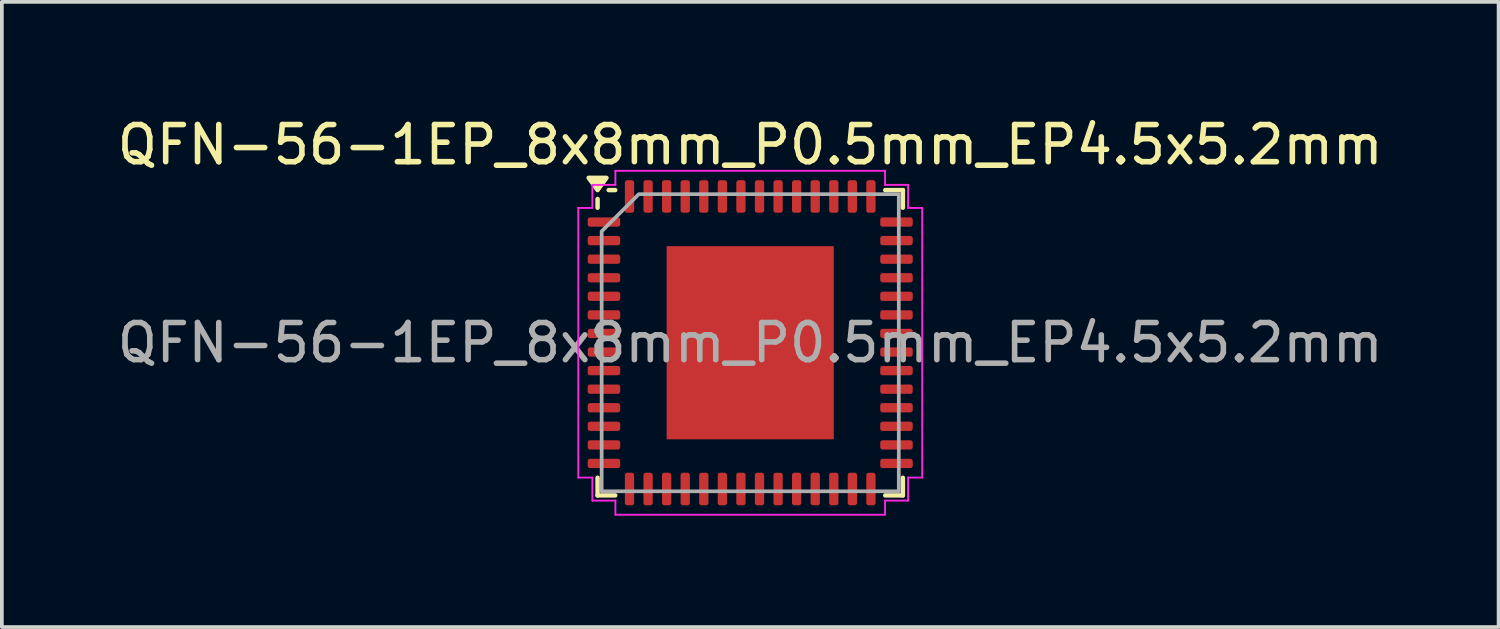
<source format=kicad_pcb>
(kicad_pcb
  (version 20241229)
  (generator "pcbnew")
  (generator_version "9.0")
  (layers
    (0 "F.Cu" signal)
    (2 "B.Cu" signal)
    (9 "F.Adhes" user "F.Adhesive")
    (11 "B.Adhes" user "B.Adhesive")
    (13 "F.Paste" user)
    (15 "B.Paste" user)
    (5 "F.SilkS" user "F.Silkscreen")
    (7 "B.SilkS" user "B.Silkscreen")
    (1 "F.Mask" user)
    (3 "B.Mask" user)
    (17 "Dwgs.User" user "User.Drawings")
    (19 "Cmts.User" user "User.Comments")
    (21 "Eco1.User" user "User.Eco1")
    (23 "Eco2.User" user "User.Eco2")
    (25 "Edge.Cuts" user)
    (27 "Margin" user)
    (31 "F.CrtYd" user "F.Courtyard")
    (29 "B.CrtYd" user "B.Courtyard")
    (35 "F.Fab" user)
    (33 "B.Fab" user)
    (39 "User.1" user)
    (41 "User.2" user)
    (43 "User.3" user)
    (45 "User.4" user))
  (footprint "QFN-56-1EP_8x8mm_P0.5mm_EP4.5x5.2mm"
    (layer "F.Cu")
    (at 17.149 6.178)
    (property "Reference" "QFN-56-1EP_8x8mm_P0.5mm_EP4.5x5.2mm" (at 0 -5.33 0) (layer "F.SilkS") (effects (font (size 1 1) (thickness 0.15))))
    (attr smd)
    (fp_line (start -4.11 -3.635) (end -4.11 -3.87) (stroke (width 0.12) (type solid)) (layer "F.SilkS"))
    (fp_line (start -4.11 4.11) (end -4.11 3.635) (stroke (width 0.12) (type solid)) (layer "F.SilkS"))
    (fp_line (start -3.635 -4.11) (end -3.81 -4.11) (stroke (width 0.12) (type solid)) (layer "F.SilkS"))
    (fp_line (start -3.635 4.11) (end -4.11 4.11) (stroke (width 0.12) (type solid)) (layer "F.SilkS"))
    (fp_line (start 3.635 -4.11) (end 4.11 -4.11) (stroke (width 0.12) (type solid)) (layer "F.SilkS"))
    (fp_line (start 3.635 4.11) (end 4.11 4.11) (stroke (width 0.12) (type solid)) (layer "F.SilkS"))
    (fp_line (start 4.11 -4.11) (end 4.11 -3.635) (stroke (width 0.12) (type solid)) (layer "F.SilkS"))
    (fp_line (start 4.11 4.11) (end 4.11 3.635) (stroke (width 0.12) (type solid)) (layer "F.SilkS"))
    (fp_poly (pts (xy -4.11 -4.11) (xy -4.35 -4.44) (xy -3.87 -4.44)) (stroke (width 0.12) (type solid)) (fill yes) (layer "F.SilkS"))
    (fp_line (start -4.63 -3.63) (end -4.25 -3.63) (stroke (width 0.05) (type solid)) (layer "F.CrtYd"))
    (fp_line (start -4.63 3.63) (end -4.63 -3.63) (stroke (width 0.05) (type solid)) (layer "F.CrtYd"))
    (fp_line (start -4.25 -4.25) (end -3.63 -4.25) (stroke (width 0.05) (type solid)) (layer "F.CrtYd"))
    (fp_line (start -4.25 -3.63) (end -4.25 -4.25) (stroke (width 0.05) (type solid)) (layer "F.CrtYd"))
    (fp_line (start -4.25 3.63) (end -4.63 3.63) (stroke (width 0.05) (type solid)) (layer "F.CrtYd"))
    (fp_line (start -4.25 4.25) (end -4.25 3.63) (stroke (width 0.05) (type solid)) (layer "F.CrtYd"))
    (fp_line (start -3.63 -4.63) (end 3.63 -4.63) (stroke (width 0.05) (type solid)) (layer "F.CrtYd"))
    (fp_line (start -3.63 -4.25) (end -3.63 -4.63) (stroke (width 0.05) (type solid)) (layer "F.CrtYd"))
    (fp_line (start -3.63 4.25) (end -4.25 4.25) (stroke (width 0.05) (type solid)) (layer "F.CrtYd"))
    (fp_line (start -3.63 4.63) (end -3.63 4.25) (stroke (width 0.05) (type solid)) (layer "F.CrtYd"))
    (fp_line (start 3.63 -4.63) (end 3.63 -4.25) (stroke (width 0.05) (type solid)) (layer "F.CrtYd"))
    (fp_line (start 3.63 -4.25) (end 4.25 -4.25) (stroke (width 0.05) (type solid)) (layer "F.CrtYd"))
    (fp_line (start 3.63 4.25) (end 3.63 4.63) (stroke (width 0.05) (type solid)) (layer "F.CrtYd"))
    (fp_line (start 3.63 4.63) (end -3.63 4.63) (stroke (width 0.05) (type solid)) (layer "F.CrtYd"))
    (fp_line (start 4.25 -4.25) (end 4.25 -3.63) (stroke (width 0.05) (type solid)) (layer "F.CrtYd"))
    (fp_line (start 4.25 -3.63) (end 4.63 -3.63) (stroke (width 0.05) (type solid)) (layer "F.CrtYd"))
    (fp_line (start 4.25 3.63) (end 4.25 4.25) (stroke (width 0.05) (type solid)) (layer "F.CrtYd"))
    (fp_line (start 4.25 4.25) (end 3.63 4.25) (stroke (width 0.05) (type solid)) (layer "F.CrtYd"))
    (fp_line (start 4.63 -3.63) (end 4.63 3.63) (stroke (width 0.05) (type solid)) (layer "F.CrtYd"))
    (fp_line (start 4.63 3.63) (end 4.25 3.63) (stroke (width 0.05) (type solid)) (layer "F.CrtYd"))
    (fp_poly (pts (xy -4 -3) (xy -4 4) (xy 4 4) (xy 4 -4) (xy -3 -4)) (stroke (width 0.1) (type solid)) (fill no) (layer "F.Fab"))
    (fp_text user "${REFERENCE}" (at 0 0 0) (layer "F.Fab") (effects (font (size 1 1) (thickness 0.15))))
    (pad "" smd roundrect (at -1.68 -1.95) (size 0.91 1.05) (layers "F.Paste") (roundrect_rratio 0.25))
    (pad "" smd roundrect (at -1.68 -0.65) (size 0.91 1.05) (layers "F.Paste") (roundrect_rratio 0.25))
    (pad "" smd roundrect (at -1.68 0.65) (size 0.91 1.05) (layers "F.Paste") (roundrect_rratio 0.25))
    (pad "" smd roundrect (at -1.68 1.95) (size 0.91 1.05) (layers "F.Paste") (roundrect_rratio 0.25))
    (pad "" smd roundrect (at -0.56 -1.95) (size 0.91 1.05) (layers "F.Paste") (roundrect_rratio 0.25))
    (pad "" smd roundrect (at -0.56 -0.65) (size 0.91 1.05) (layers "F.Paste") (roundrect_rratio 0.25))
    (pad "" smd roundrect (at -0.56 0.65) (size 0.91 1.05) (layers "F.Paste") (roundrect_rratio 0.25))
    (pad "" smd roundrect (at -0.56 1.95) (size 0.91 1.05) (layers "F.Paste") (roundrect_rratio 0.25))
    (pad "" smd roundrect (at 0.56 -1.95) (size 0.91 1.05) (layers "F.Paste") (roundrect_rratio 0.25))
    (pad "" smd roundrect (at 0.56 -0.65) (size 0.91 1.05) (layers "F.Paste") (roundrect_rratio 0.25))
    (pad "" smd roundrect (at 0.56 0.65) (size 0.91 1.05) (layers "F.Paste") (roundrect_rratio 0.25))
    (pad "" smd roundrect (at 0.56 1.95) (size 0.91 1.05) (layers "F.Paste") (roundrect_rratio 0.25))
    (pad "" smd roundrect (at 1.68 -1.95) (size 0.91 1.05) (layers "F.Paste") (roundrect_rratio 0.25))
    (pad "" smd roundrect (at 1.68 -0.65) (size 0.91 1.05) (layers "F.Paste") (roundrect_rratio 0.25))
    (pad "" smd roundrect (at 1.68 0.65) (size 0.91 1.05) (layers "F.Paste") (roundrect_rratio 0.25))
    (pad "" smd roundrect (at 1.68 1.95) (size 0.91 1.05) (layers "F.Paste") (roundrect_rratio 0.25))
    (pad "1" smd roundrect (at -3.938 -3.25) (size 0.875 0.25) (layers "F.Cu" "F.Mask" "F.Paste") (roundrect_rratio 0.25))
    (pad "2" smd roundrect (at -3.938 -2.75) (size 0.875 0.25) (layers "F.Cu" "F.Mask" "F.Paste") (roundrect_rratio 0.25))
    (pad "3" smd roundrect (at -3.938 -2.25) (size 0.875 0.25) (layers "F.Cu" "F.Mask" "F.Paste") (roundrect_rratio 0.25))
    (pad "4" smd roundrect (at -3.938 -1.75) (size 0.875 0.25) (layers "F.Cu" "F.Mask" "F.Paste") (roundrect_rratio 0.25))
    (pad "5" smd roundrect (at -3.938 -1.25) (size 0.875 0.25) (layers "F.Cu" "F.Mask" "F.Paste") (roundrect_rratio 0.25))
    (pad "6" smd roundrect (at -3.938 -0.75) (size 0.875 0.25) (layers "F.Cu" "F.Mask" "F.Paste") (roundrect_rratio 0.25))
    (pad "7" smd roundrect (at -3.938 -0.25) (size 0.875 0.25) (layers "F.Cu" "F.Mask" "F.Paste") (roundrect_rratio 0.25))
    (pad "8" smd roundrect (at -3.938 0.25) (size 0.875 0.25) (layers "F.Cu" "F.Mask" "F.Paste") (roundrect_rratio 0.25))
    (pad "9" smd roundrect (at -3.938 0.75) (size 0.875 0.25) (layers "F.Cu" "F.Mask" "F.Paste") (roundrect_rratio 0.25))
    (pad "10" smd roundrect (at -3.938 1.25) (size 0.875 0.25) (layers "F.Cu" "F.Mask" "F.Paste") (roundrect_rratio 0.25))
    (pad "11" smd roundrect (at -3.938 1.75) (size 0.875 0.25) (layers "F.Cu" "F.Mask" "F.Paste") (roundrect_rratio 0.25))
    (pad "12" smd roundrect (at -3.938 2.25) (size 0.875 0.25) (layers "F.Cu" "F.Mask" "F.Paste") (roundrect_rratio 0.25))
    (pad "13" smd roundrect (at -3.938 2.75) (size 0.875 0.25) (layers "F.Cu" "F.Mask" "F.Paste") (roundrect_rratio 0.25))
    (pad "14" smd roundrect (at -3.938 3.25) (size 0.875 0.25) (layers "F.Cu" "F.Mask" "F.Paste") (roundrect_rratio 0.25))
    (pad "15" smd roundrect (at -3.25 3.938) (size 0.25 0.875) (layers "F.Cu" "F.Mask" "F.Paste") (roundrect_rratio 0.25))
    (pad "16" smd roundrect (at -2.75 3.938) (size 0.25 0.875) (layers "F.Cu" "F.Mask" "F.Paste") (roundrect_rratio 0.25))
    (pad "17" smd roundrect (at -2.25 3.938) (size 0.25 0.875) (layers "F.Cu" "F.Mask" "F.Paste") (roundrect_rratio 0.25))
    (pad "18" smd roundrect (at -1.75 3.938) (size 0.25 0.875) (layers "F.Cu" "F.Mask" "F.Paste") (roundrect_rratio 0.25))
    (pad "19" smd roundrect (at -1.25 3.938) (size 0.25 0.875) (layers "F.Cu" "F.Mask" "F.Paste") (roundrect_rratio 0.25))
    (pad "20" smd roundrect (at -0.75 3.938) (size 0.25 0.875) (layers "F.Cu" "F.Mask" "F.Paste") (roundrect_rratio 0.25))
    (pad "21" smd roundrect (at -0.25 3.938) (size 0.25 0.875) (layers "F.Cu" "F.Mask" "F.Paste") (roundrect_rratio 0.25))
    (pad "22" smd roundrect (at 0.25 3.938) (size 0.25 0.875) (layers "F.Cu" "F.Mask" "F.Paste") (roundrect_rratio 0.25))
    (pad "23" smd roundrect (at 0.75 3.938) (size 0.25 0.875) (layers "F.Cu" "F.Mask" "F.Paste") (roundrect_rratio 0.25))
    (pad "24" smd roundrect (at 1.25 3.938) (size 0.25 0.875) (layers "F.Cu" "F.Mask" "F.Paste") (roundrect_rratio 0.25))
    (pad "25" smd roundrect (at 1.75 3.938) (size 0.25 0.875) (layers "F.Cu" "F.Mask" "F.Paste") (roundrect_rratio 0.25))
    (pad "26" smd roundrect (at 2.25 3.938) (size 0.25 0.875) (layers "F.Cu" "F.Mask" "F.Paste") (roundrect_rratio 0.25))
    (pad "27" smd roundrect (at 2.75 3.938) (size 0.25 0.875) (layers "F.Cu" "F.Mask" "F.Paste") (roundrect_rratio 0.25))
    (pad "28" smd roundrect (at 3.25 3.938) (size 0.25 0.875) (layers "F.Cu" "F.Mask" "F.Paste") (roundrect_rratio 0.25))
    (pad "29" smd roundrect (at 3.938 3.25) (size 0.875 0.25) (layers "F.Cu" "F.Mask" "F.Paste") (roundrect_rratio 0.25))
    (pad "30" smd roundrect (at 3.938 2.75) (size 0.875 0.25) (layers "F.Cu" "F.Mask" "F.Paste") (roundrect_rratio 0.25))
    (pad "31" smd roundrect (at 3.938 2.25) (size 0.875 0.25) (layers "F.Cu" "F.Mask" "F.Paste") (roundrect_rratio 0.25))
    (pad "32" smd roundrect (at 3.938 1.75) (size 0.875 0.25) (layers "F.Cu" "F.Mask" "F.Paste") (roundrect_rratio 0.25))
    (pad "33" smd roundrect (at 3.938 1.25) (size 0.875 0.25) (layers "F.Cu" "F.Mask" "F.Paste") (roundrect_rratio 0.25))
    (pad "34" smd roundrect (at 3.938 0.75) (size 0.875 0.25) (layers "F.Cu" "F.Mask" "F.Paste") (roundrect_rratio 0.25))
    (pad "35" smd roundrect (at 3.938 0.25) (size 0.875 0.25) (layers "F.Cu" "F.Mask" "F.Paste") (roundrect_rratio 0.25))
    (pad "36" smd roundrect (at 3.938 -0.25) (size 0.875 0.25) (layers "F.Cu" "F.Mask" "F.Paste") (roundrect_rratio 0.25))
    (pad "37" smd roundrect (at 3.938 -0.75) (size 0.875 0.25) (layers "F.Cu" "F.Mask" "F.Paste") (roundrect_rratio 0.25))
    (pad "38" smd roundrect (at 3.938 -1.25) (size 0.875 0.25) (layers "F.Cu" "F.Mask" "F.Paste") (roundrect_rratio 0.25))
    (pad "39" smd roundrect (at 3.938 -1.75) (size 0.875 0.25) (layers "F.Cu" "F.Mask" "F.Paste") (roundrect_rratio 0.25))
    (pad "40" smd roundrect (at 3.938 -2.25) (size 0.875 0.25) (layers "F.Cu" "F.Mask" "F.Paste") (roundrect_rratio 0.25))
    (pad "41" smd roundrect (at 3.938 -2.75) (size 0.875 0.25) (layers "F.Cu" "F.Mask" "F.Paste") (roundrect_rratio 0.25))
    (pad "42" smd roundrect (at 3.938 -3.25) (size 0.875 0.25) (layers "F.Cu" "F.Mask" "F.Paste") (roundrect_rratio 0.25))
    (pad "43" smd roundrect (at 3.25 -3.938) (size 0.25 0.875) (layers "F.Cu" "F.Mask" "F.Paste") (roundrect_rratio 0.25))
    (pad "44" smd roundrect (at 2.75 -3.938) (size 0.25 0.875) (layers "F.Cu" "F.Mask" "F.Paste") (roundrect_rratio 0.25))
    (pad "45" smd roundrect (at 2.25 -3.938) (size 0.25 0.875) (layers "F.Cu" "F.Mask" "F.Paste") (roundrect_rratio 0.25))
    (pad "46" smd roundrect (at 1.75 -3.938) (size 0.25 0.875) (layers "F.Cu" "F.Mask" "F.Paste") (roundrect_rratio 0.25))
    (pad "47" smd roundrect (at 1.25 -3.938) (size 0.25 0.875) (layers "F.Cu" "F.Mask" "F.Paste") (roundrect_rratio 0.25))
    (pad "48" smd roundrect (at 0.75 -3.938) (size 0.25 0.875) (layers "F.Cu" "F.Mask" "F.Paste") (roundrect_rratio 0.25))
    (pad "49" smd roundrect (at 0.25 -3.938) (size 0.25 0.875) (layers "F.Cu" "F.Mask" "F.Paste") (roundrect_rratio 0.25))
    (pad "50" smd roundrect (at -0.25 -3.938) (size 0.25 0.875) (layers "F.Cu" "F.Mask" "F.Paste") (roundrect_rratio 0.25))
    (pad "51" smd roundrect (at -0.75 -3.938) (size 0.25 0.875) (layers "F.Cu" "F.Mask" "F.Paste") (roundrect_rratio 0.25))
    (pad "52" smd roundrect (at -1.25 -3.938) (size 0.25 0.875) (layers "F.Cu" "F.Mask" "F.Paste") (roundrect_rratio 0.25))
    (pad "53" smd roundrect (at -1.75 -3.938) (size 0.25 0.875) (layers "F.Cu" "F.Mask" "F.Paste") (roundrect_rratio 0.25))
    (pad "54" smd roundrect (at -2.25 -3.938) (size 0.25 0.875) (layers "F.Cu" "F.Mask" "F.Paste") (roundrect_rratio 0.25))
    (pad "55" smd roundrect (at -2.75 -3.938) (size 0.25 0.875) (layers "F.Cu" "F.Mask" "F.Paste") (roundrect_rratio 0.25))
    (pad "56" smd roundrect (at -3.25 -3.938) (size 0.25 0.875) (layers "F.Cu" "F.Mask" "F.Paste") (roundrect_rratio 0.25))
    (pad "57" smd rect (at 0 0) (size 4.5 5.2) (property pad_prop_heatsink) (layers "F.Cu" "F.Mask")))
  (gr_rect
    (start -3 -3)
    (end 37.298 13.833)
    (stroke (width 0.1) (type default))
    (fill no)
    (layer "Edge.Cuts")))
</source>
